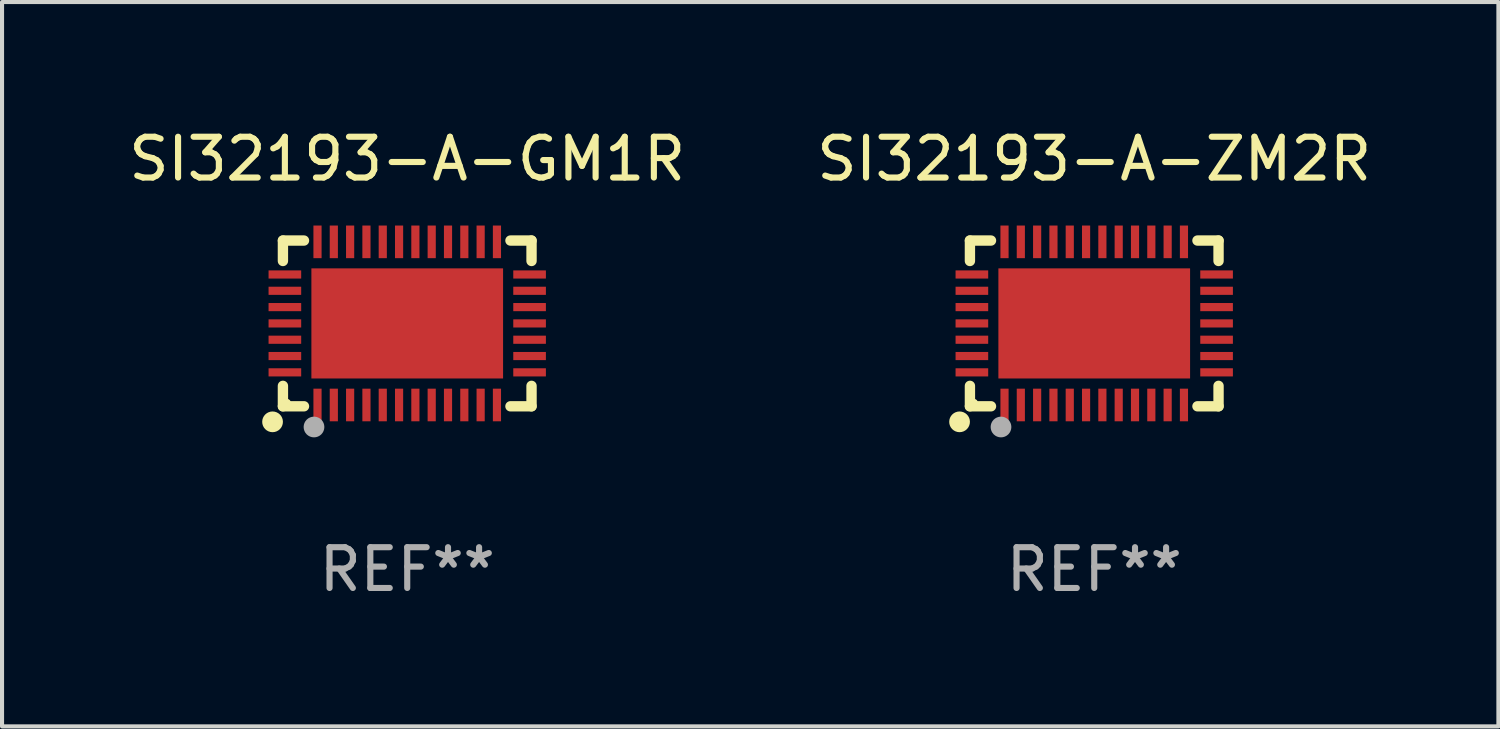
<source format=kicad_pcb>
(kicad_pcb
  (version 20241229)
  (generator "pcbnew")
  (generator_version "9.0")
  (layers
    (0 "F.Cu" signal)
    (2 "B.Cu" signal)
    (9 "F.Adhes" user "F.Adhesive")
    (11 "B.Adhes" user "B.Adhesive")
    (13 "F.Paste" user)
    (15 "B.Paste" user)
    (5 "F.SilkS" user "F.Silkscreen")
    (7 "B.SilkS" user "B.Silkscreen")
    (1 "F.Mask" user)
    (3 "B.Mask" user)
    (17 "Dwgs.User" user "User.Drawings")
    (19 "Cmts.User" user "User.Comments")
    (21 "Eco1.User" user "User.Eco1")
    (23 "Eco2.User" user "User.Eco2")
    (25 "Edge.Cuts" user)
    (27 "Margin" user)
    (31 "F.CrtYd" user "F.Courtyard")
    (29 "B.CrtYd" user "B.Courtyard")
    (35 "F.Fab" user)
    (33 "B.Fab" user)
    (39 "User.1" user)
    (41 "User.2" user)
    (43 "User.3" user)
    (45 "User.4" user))
  (footprint "SI32193-A-GM1R"
    (layer "F.Cu")
    (at 6.935 4.88)
    (property "Reference" "SI32193-A-GM1R" (at 0 -4.032 0) (layer "F.SilkS") (effects (font (size 1 1) (thickness 0.15))))
    (attr through_hole)
    (fp_line (start -3.048 -2.032) (end -3.048 -1.531) (stroke (width 0.254) (type solid)) (layer "F.SilkS"))
    (fp_line (start -3.048 1.531) (end -3.048 2.032) (stroke (width 0.254) (type solid)) (layer "F.SilkS"))
    (fp_line (start -3.048 2.032) (end -2.531 2.032) (stroke (width 0.254) (type solid)) (layer "F.SilkS"))
    (fp_line (start -2.531 -2.032) (end -3.048 -2.032) (stroke (width 0.254) (type solid)) (layer "F.SilkS"))
    (fp_line (start 2.531 2.032) (end 3.048 2.032) (stroke (width 0.254) (type solid)) (layer "F.SilkS"))
    (fp_line (start 3.048 -2.032) (end 2.531 -2.032) (stroke (width 0.254) (type solid)) (layer "F.SilkS"))
    (fp_line (start 3.048 -1.531) (end 3.048 -2.032) (stroke (width 0.254) (type solid)) (layer "F.SilkS"))
    (fp_line (start 3.048 2.032) (end 3.048 1.531) (stroke (width 0.254) (type solid)) (layer "F.SilkS"))
    (fp_circle (center -3.302 2.413) (end -3.175 2.413) (stroke (width 0.254) (type solid)) (fill no) (layer "F.SilkS"))
    (fp_circle (center -2.95 1.95) (end -2.9 1.95) (stroke (width 0.1) (type solid)) (fill no) (layer "F.SilkS"))
    (fp_circle (center -2.286 2.54) (end -2.159 2.54) (stroke (width 0.254) (type solid)) (fill no) (layer "F.Fab"))
    (fp_text user "REF**" (at 0 6.032 0) (layer "F.Fab") (effects (font (size 1 1) (thickness 0.15))))
    (pad "1" smd rect (at -2.2 2 90) (size 0.8 0.2) (layers "F.Cu" "F.Mask" "F.Paste"))
    (pad "2" smd rect (at -1.8 2 90) (size 0.8 0.2) (layers "F.Cu" "F.Mask" "F.Paste"))
    (pad "3" smd rect (at -1.4 2 90) (size 0.8 0.2) (layers "F.Cu" "F.Mask" "F.Paste"))
    (pad "4" smd rect (at -1 2 90) (size 0.8 0.2) (layers "F.Cu" "F.Mask" "F.Paste"))
    (pad "5" smd rect (at -0.6 2 90) (size 0.8 0.2) (layers "F.Cu" "F.Mask" "F.Paste"))
    (pad "6" smd rect (at -0.2 2 90) (size 0.8 0.2) (layers "F.Cu" "F.Mask" "F.Paste"))
    (pad "7" smd rect (at 0.2 2 90) (size 0.8 0.2) (layers "F.Cu" "F.Mask" "F.Paste"))
    (pad "8" smd rect (at 0.6 2 90) (size 0.8 0.2) (layers "F.Cu" "F.Mask" "F.Paste"))
    (pad "9" smd rect (at 1 2 90) (size 0.8 0.2) (layers "F.Cu" "F.Mask" "F.Paste"))
    (pad "10" smd rect (at 1.4 2 90) (size 0.8 0.2) (layers "F.Cu" "F.Mask" "F.Paste"))
    (pad "11" smd rect (at 1.8 2 90) (size 0.8 0.2) (layers "F.Cu" "F.Mask" "F.Paste"))
    (pad "12" smd rect (at 2.2 2 90) (size 0.8 0.2) (layers "F.Cu" "F.Mask" "F.Paste"))
    (pad "13" smd rect (at 3 1.2 180) (size 0.8 0.2) (layers "F.Cu" "F.Mask" "F.Paste"))
    (pad "14" smd rect (at 3 0.8 180) (size 0.8 0.2) (layers "F.Cu" "F.Mask" "F.Paste"))
    (pad "15" smd rect (at 3 0.4 180) (size 0.8 0.2) (layers "F.Cu" "F.Mask" "F.Paste"))
    (pad "16" smd rect (at 3 0.000076 180) (size 0.8 0.2) (layers "F.Cu" "F.Mask" "F.Paste"))
    (pad "17" smd rect (at 3 -0.4 180) (size 0.8 0.2) (layers "F.Cu" "F.Mask" "F.Paste"))
    (pad "18" smd rect (at 3 -0.8 180) (size 0.8 0.2) (layers "F.Cu" "F.Mask" "F.Paste"))
    (pad "19" smd rect (at 3 -1.2 180) (size 0.8 0.2) (layers "F.Cu" "F.Mask" "F.Paste"))
    (pad "20" smd rect (at 2.2 -2 270) (size 0.8 0.2) (layers "F.Cu" "F.Mask" "F.Paste"))
    (pad "21" smd rect (at 1.8 -2 270) (size 0.8 0.2) (layers "F.Cu" "F.Mask" "F.Paste"))
    (pad "22" smd rect (at 1.4 -2 270) (size 0.8 0.2) (layers "F.Cu" "F.Mask" "F.Paste"))
    (pad "23" smd rect (at 1 -2 270) (size 0.8 0.2) (layers "F.Cu" "F.Mask" "F.Paste"))
    (pad "24" smd rect (at 0.6 -2 270) (size 0.8 0.2) (layers "F.Cu" "F.Mask" "F.Paste"))
    (pad "25" smd rect (at 0.2 -2 270) (size 0.8 0.2) (layers "F.Cu" "F.Mask" "F.Paste"))
    (pad "26" smd rect (at -0.2 -2 270) (size 0.8 0.2) (layers "F.Cu" "F.Mask" "F.Paste"))
    (pad "27" smd rect (at -0.6 -2 270) (size 0.8 0.2) (layers "F.Cu" "F.Mask" "F.Paste"))
    (pad "28" smd rect (at -1 -2 270) (size 0.8 0.2) (layers "F.Cu" "F.Mask" "F.Paste"))
    (pad "29" smd rect (at -1.4 -2 270) (size 0.8 0.2) (layers "F.Cu" "F.Mask" "F.Paste"))
    (pad "30" smd rect (at -1.8 -2 270) (size 0.8 0.2) (layers "F.Cu" "F.Mask" "F.Paste"))
    (pad "31" smd rect (at -2.2 -2 270) (size 0.8 0.2) (layers "F.Cu" "F.Mask" "F.Paste"))
    (pad "32" smd rect (at -3 -1.2) (size 0.8 0.2) (layers "F.Cu" "F.Mask" "F.Paste"))
    (pad "33" smd rect (at -3 -0.8) (size 0.8 0.2) (layers "F.Cu" "F.Mask" "F.Paste"))
    (pad "34" smd rect (at -3 -0.4) (size 0.8 0.2) (layers "F.Cu" "F.Mask" "F.Paste"))
    (pad "35" smd rect (at -3 0.000076) (size 0.8 0.2) (layers "F.Cu" "F.Mask" "F.Paste"))
    (pad "36" smd rect (at -3 0.4) (size 0.8 0.2) (layers "F.Cu" "F.Mask" "F.Paste"))
    (pad "37" smd rect (at -3 0.8) (size 0.8 0.2) (layers "F.Cu" "F.Mask" "F.Paste"))
    (pad "38" smd rect (at -3 1.2) (size 0.8 0.2) (layers "F.Cu" "F.Mask" "F.Paste"))
    (pad "39" smd rect (at 0.000127 0.000076) (size 4.7 2.7) (layers "F.Cu" "F.Mask" "F.Paste")))
  (footprint "SI32193-A-ZM2R"
    (layer "F.Cu")
    (at 23.78 4.88)
    (property "Reference" "SI32193-A-ZM2R" (at 0 -4.032 0) (layer "F.SilkS") (effects (font (size 1 1) (thickness 0.15))))
    (attr through_hole)
    (fp_line (start -3.048 -2.032) (end -3.048 -1.531) (stroke (width 0.254) (type solid)) (layer "F.SilkS"))
    (fp_line (start -3.048 1.531) (end -3.048 2.032) (stroke (width 0.254) (type solid)) (layer "F.SilkS"))
    (fp_line (start -3.048 2.032) (end -2.531 2.032) (stroke (width 0.254) (type solid)) (layer "F.SilkS"))
    (fp_line (start -2.531 -2.032) (end -3.048 -2.032) (stroke (width 0.254) (type solid)) (layer "F.SilkS"))
    (fp_line (start 2.531 2.032) (end 3.048 2.032) (stroke (width 0.254) (type solid)) (layer "F.SilkS"))
    (fp_line (start 3.048 -2.032) (end 2.531 -2.032) (stroke (width 0.254) (type solid)) (layer "F.SilkS"))
    (fp_line (start 3.048 -1.531) (end 3.048 -2.032) (stroke (width 0.254) (type solid)) (layer "F.SilkS"))
    (fp_line (start 3.048 2.032) (end 3.048 1.531) (stroke (width 0.254) (type solid)) (layer "F.SilkS"))
    (fp_circle (center -3.302 2.413) (end -3.175 2.413) (stroke (width 0.254) (type solid)) (fill no) (layer "F.SilkS"))
    (fp_circle (center -2.95 1.95) (end -2.9 1.95) (stroke (width 0.1) (type solid)) (fill no) (layer "F.SilkS"))
    (fp_circle (center -2.286 2.54) (end -2.159 2.54) (stroke (width 0.254) (type solid)) (fill no) (layer "F.Fab"))
    (fp_text user "REF**" (at 0 6.032 0) (layer "F.Fab") (effects (font (size 1 1) (thickness 0.15))))
    (pad "1" smd rect (at -2.2 2 90) (size 0.8 0.2) (layers "F.Cu" "F.Mask" "F.Paste"))
    (pad "2" smd rect (at -1.8 2 90) (size 0.8 0.2) (layers "F.Cu" "F.Mask" "F.Paste"))
    (pad "3" smd rect (at -1.4 2 90) (size 0.8 0.2) (layers "F.Cu" "F.Mask" "F.Paste"))
    (pad "4" smd rect (at -1 2 90) (size 0.8 0.2) (layers "F.Cu" "F.Mask" "F.Paste"))
    (pad "5" smd rect (at -0.6 2 90) (size 0.8 0.2) (layers "F.Cu" "F.Mask" "F.Paste"))
    (pad "6" smd rect (at -0.2 2 90) (size 0.8 0.2) (layers "F.Cu" "F.Mask" "F.Paste"))
    (pad "7" smd rect (at 0.2 2 90) (size 0.8 0.2) (layers "F.Cu" "F.Mask" "F.Paste"))
    (pad "8" smd rect (at 0.6 2 90) (size 0.8 0.2) (layers "F.Cu" "F.Mask" "F.Paste"))
    (pad "9" smd rect (at 1 2 90) (size 0.8 0.2) (layers "F.Cu" "F.Mask" "F.Paste"))
    (pad "10" smd rect (at 1.4 2 90) (size 0.8 0.2) (layers "F.Cu" "F.Mask" "F.Paste"))
    (pad "11" smd rect (at 1.8 2 90) (size 0.8 0.2) (layers "F.Cu" "F.Mask" "F.Paste"))
    (pad "12" smd rect (at 2.2 2 90) (size 0.8 0.2) (layers "F.Cu" "F.Mask" "F.Paste"))
    (pad "13" smd rect (at 3 1.2 180) (size 0.8 0.2) (layers "F.Cu" "F.Mask" "F.Paste"))
    (pad "14" smd rect (at 3 0.8 180) (size 0.8 0.2) (layers "F.Cu" "F.Mask" "F.Paste"))
    (pad "15" smd rect (at 3 0.4 180) (size 0.8 0.2) (layers "F.Cu" "F.Mask" "F.Paste"))
    (pad "16" smd rect (at 3 0.000076 180) (size 0.8 0.2) (layers "F.Cu" "F.Mask" "F.Paste"))
    (pad "17" smd rect (at 3 -0.4 180) (size 0.8 0.2) (layers "F.Cu" "F.Mask" "F.Paste"))
    (pad "18" smd rect (at 3 -0.8 180) (size 0.8 0.2) (layers "F.Cu" "F.Mask" "F.Paste"))
    (pad "19" smd rect (at 3 -1.2 180) (size 0.8 0.2) (layers "F.Cu" "F.Mask" "F.Paste"))
    (pad "20" smd rect (at 2.2 -2 270) (size 0.8 0.2) (layers "F.Cu" "F.Mask" "F.Paste"))
    (pad "21" smd rect (at 1.8 -2 270) (size 0.8 0.2) (layers "F.Cu" "F.Mask" "F.Paste"))
    (pad "22" smd rect (at 1.4 -2 270) (size 0.8 0.2) (layers "F.Cu" "F.Mask" "F.Paste"))
    (pad "23" smd rect (at 1 -2 270) (size 0.8 0.2) (layers "F.Cu" "F.Mask" "F.Paste"))
    (pad "24" smd rect (at 0.6 -2 270) (size 0.8 0.2) (layers "F.Cu" "F.Mask" "F.Paste"))
    (pad "25" smd rect (at 0.2 -2 270) (size 0.8 0.2) (layers "F.Cu" "F.Mask" "F.Paste"))
    (pad "26" smd rect (at -0.2 -2 270) (size 0.8 0.2) (layers "F.Cu" "F.Mask" "F.Paste"))
    (pad "27" smd rect (at -0.6 -2 270) (size 0.8 0.2) (layers "F.Cu" "F.Mask" "F.Paste"))
    (pad "28" smd rect (at -1 -2 270) (size 0.8 0.2) (layers "F.Cu" "F.Mask" "F.Paste"))
    (pad "29" smd rect (at -1.4 -2 270) (size 0.8 0.2) (layers "F.Cu" "F.Mask" "F.Paste"))
    (pad "30" smd rect (at -1.8 -2 270) (size 0.8 0.2) (layers "F.Cu" "F.Mask" "F.Paste"))
    (pad "31" smd rect (at -2.2 -2 270) (size 0.8 0.2) (layers "F.Cu" "F.Mask" "F.Paste"))
    (pad "32" smd rect (at -3 -1.2) (size 0.8 0.2) (layers "F.Cu" "F.Mask" "F.Paste"))
    (pad "33" smd rect (at -3 -0.8) (size 0.8 0.2) (layers "F.Cu" "F.Mask" "F.Paste"))
    (pad "34" smd rect (at -3 -0.4) (size 0.8 0.2) (layers "F.Cu" "F.Mask" "F.Paste"))
    (pad "35" smd rect (at -3 0.000076) (size 0.8 0.2) (layers "F.Cu" "F.Mask" "F.Paste"))
    (pad "36" smd rect (at -3 0.4) (size 0.8 0.2) (layers "F.Cu" "F.Mask" "F.Paste"))
    (pad "37" smd rect (at -3 0.8) (size 0.8 0.2) (layers "F.Cu" "F.Mask" "F.Paste"))
    (pad "38" smd rect (at -3 1.2) (size 0.8 0.2) (layers "F.Cu" "F.Mask" "F.Paste"))
    (pad "39" smd rect (at 0.000127 0.000076) (size 4.7 2.7) (layers "F.Cu" "F.Mask" "F.Paste")))
  (gr_rect
    (start -3 -3)
    (end 33.69 14.761)
    (stroke (width 0.1) (type default))
    (fill no)
    (layer "Edge.Cuts")))
</source>
